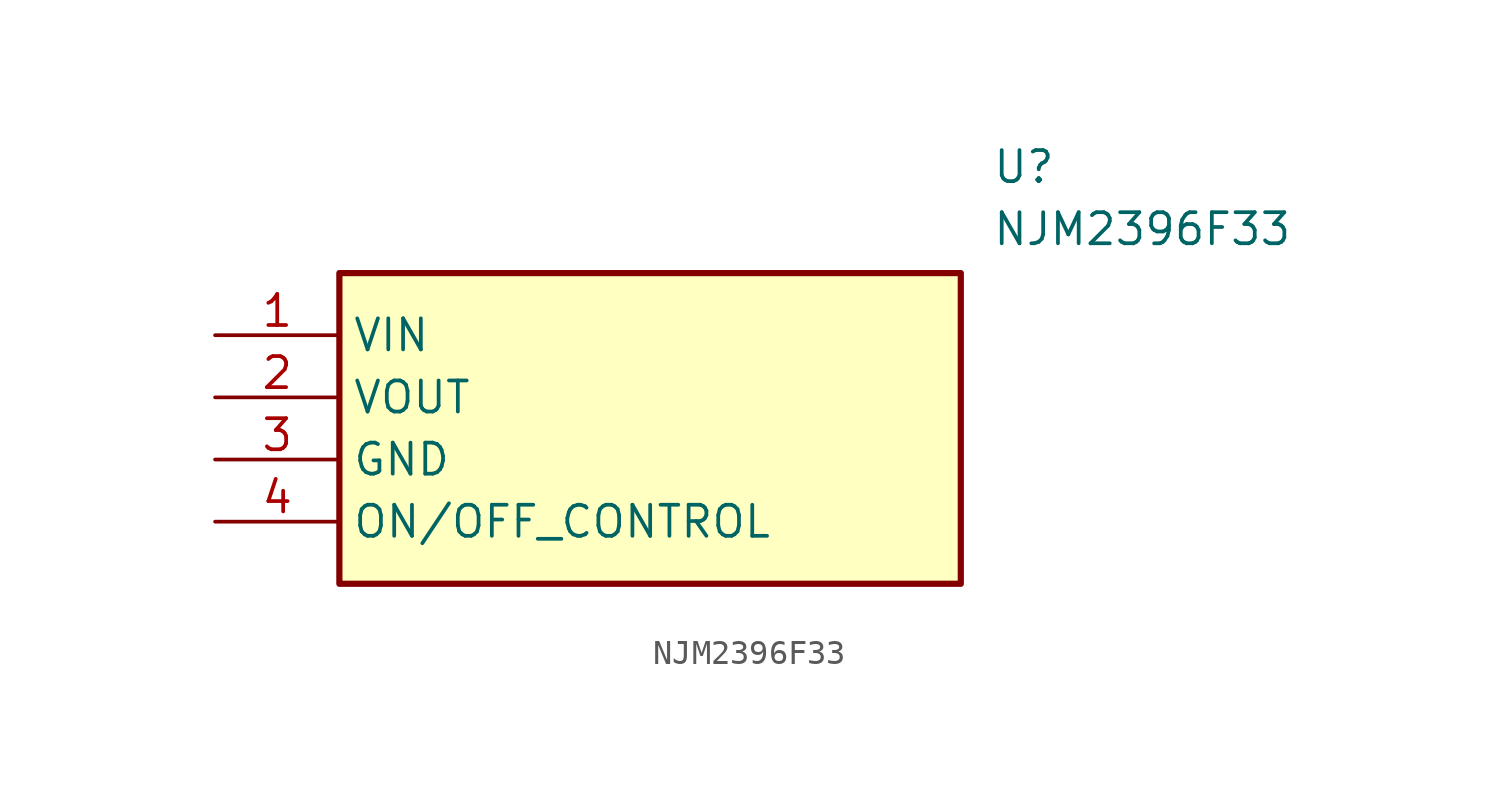
<source format=kicad_sym>
(kicad_symbol_lib
  (version 20211014)
  (generator SamacSys_ECAD_Model)
  (symbol "NJM2396F33"
    (property "Reference" "U"
      (at 31.75 7.62 0)
      (effects (font (size 1.27 1.27)) (justify left top)))
    (property "Value" "NJM2396F33"
      (at 31.75 5.08 0)
      (effects (font (size 1.27 1.27)) (justify left top)))
    (rectangle
      (start 5.08 2.54)
      (end 30.48 -10.16)
      (stroke (width 0.254) (type default))
      (fill (type background)))
    (pin passive line
      (at 0 0 0)
      (length 5.08)
      (name "VIN" (effects (font (size 1.27 1.27))))
      (number "1" (effects (font (size 1.27 1.27)))))
    (pin passive line
      (at 0 -2.54 0)
      (length 5.08)
      (name "VOUT" (effects (font (size 1.27 1.27))))
      (number "2" (effects (font (size 1.27 1.27)))))
    (pin passive line
      (at 0 -5.08 0)
      (length 5.08)
      (name "GND" (effects (font (size 1.27 1.27))))
      (number "3" (effects (font (size 1.27 1.27)))))
    (pin passive line
      (at 0 -7.62 0)
      (length 5.08)
      (name "ON/OFF_CONTROL" (effects (font (size 1.27 1.27))))
      (number "4" (effects (font (size 1.27 1.27)))))))
</source>
